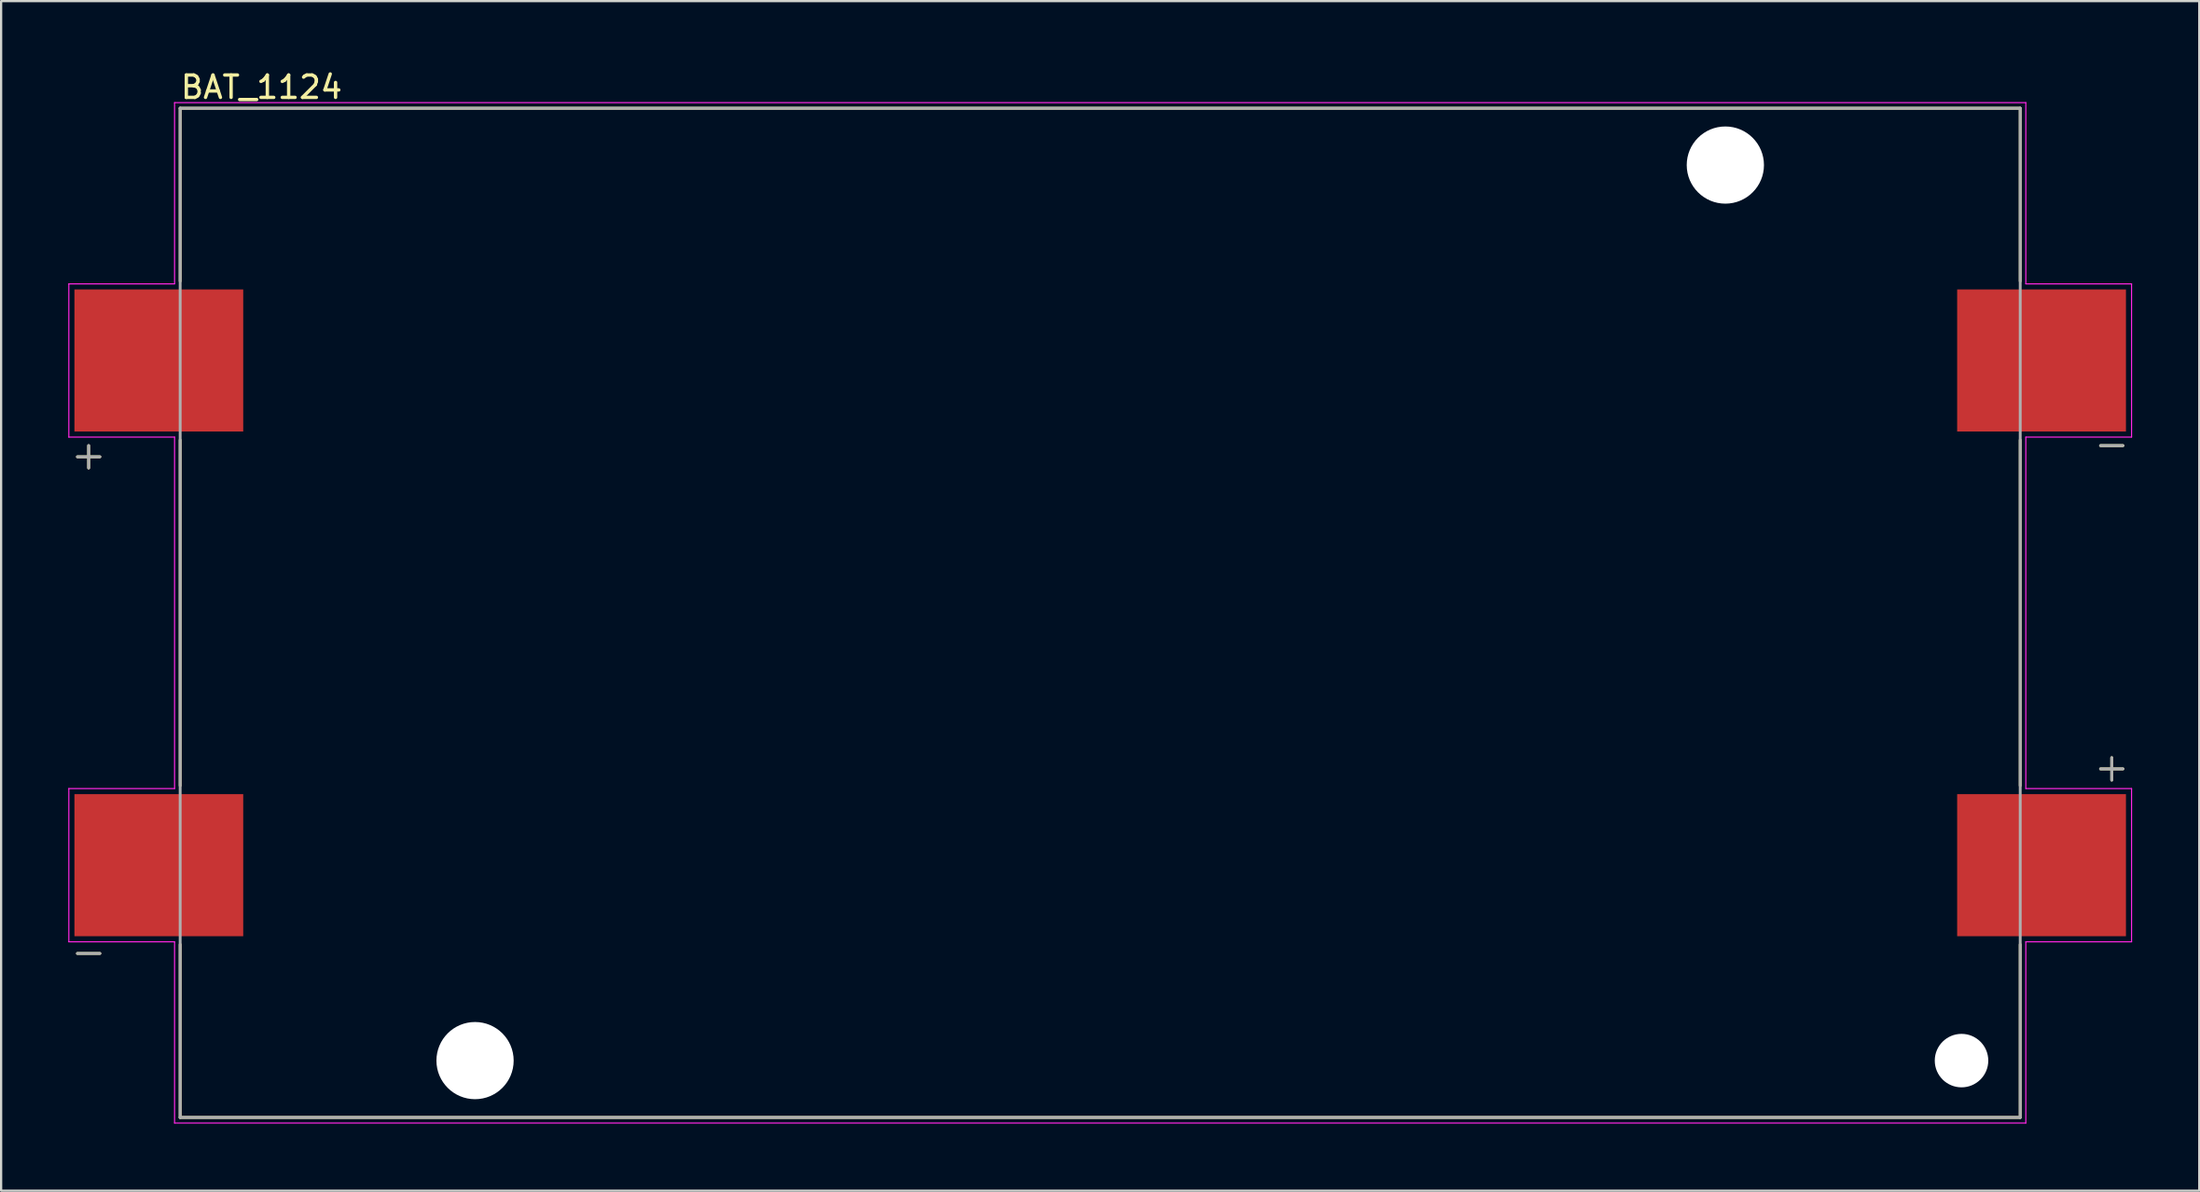
<source format=kicad_pcb>
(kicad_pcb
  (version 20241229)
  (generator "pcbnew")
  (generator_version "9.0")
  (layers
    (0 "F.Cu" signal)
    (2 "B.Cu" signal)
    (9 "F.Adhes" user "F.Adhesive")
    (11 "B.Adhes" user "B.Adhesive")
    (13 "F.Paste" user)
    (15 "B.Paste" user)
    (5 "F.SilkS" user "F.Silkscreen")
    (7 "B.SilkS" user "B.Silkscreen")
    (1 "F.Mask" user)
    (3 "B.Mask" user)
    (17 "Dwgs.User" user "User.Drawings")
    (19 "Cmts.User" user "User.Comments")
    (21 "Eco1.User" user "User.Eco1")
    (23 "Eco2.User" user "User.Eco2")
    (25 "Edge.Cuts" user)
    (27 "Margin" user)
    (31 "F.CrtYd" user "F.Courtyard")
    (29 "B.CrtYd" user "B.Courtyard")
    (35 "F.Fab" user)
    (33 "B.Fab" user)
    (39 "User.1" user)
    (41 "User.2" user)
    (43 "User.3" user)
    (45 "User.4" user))
  (footprint "BAT_1124"
    (layer "F.Cu")
    (at 46.095 24.343)
    (property "Reference" "BAT_1124" (at -37.465 -23.495 0) (layer "F.SilkS") (effects (font (size 1 1) (thickness 0.15))))
    (attr smd)
    (fp_line (start -45.685 -6.975) (end -44.685 -6.975) (stroke (width 0.127) (type solid)) (layer "F.SilkS"))
    (fp_line (start -45.685 15.225) (end -44.685 15.225) (stroke (width 0.127) (type solid)) (layer "F.SilkS"))
    (fp_line (start -45.185 -7.475) (end -45.185 -6.475) (stroke (width 0.127) (type solid)) (layer "F.SilkS"))
    (fp_line (start -41.097 -22.555) (end 41.097 -22.555) (stroke (width 0.127) (type solid)) (layer "F.SilkS"))
    (fp_line (start -41.097 -14.825) (end -41.097 -22.555) (stroke (width 0.127) (type solid)) (layer "F.SilkS"))
    (fp_line (start -41.097 7.725) (end -41.097 -7.725) (stroke (width 0.127) (type solid)) (layer "F.SilkS"))
    (fp_line (start -41.097 22.555) (end -41.097 14.825) (stroke (width 0.127) (type solid)) (layer "F.SilkS"))
    (fp_line (start 41.097 -22.555) (end 41.097 -14.825) (stroke (width 0.127) (type solid)) (layer "F.SilkS"))
    (fp_line (start 41.097 -7.725) (end 41.097 7.725) (stroke (width 0.127) (type solid)) (layer "F.SilkS"))
    (fp_line (start 41.097 14.825) (end 41.097 22.555) (stroke (width 0.127) (type solid)) (layer "F.SilkS"))
    (fp_line (start 41.097 22.555) (end -41.097 22.555) (stroke (width 0.127) (type solid)) (layer "F.SilkS"))
    (fp_line (start 44.685 -7.475) (end 45.685 -7.475) (stroke (width 0.127) (type solid)) (layer "F.SilkS"))
    (fp_line (start 44.685 6.975) (end 45.685 6.975) (stroke (width 0.127) (type solid)) (layer "F.SilkS"))
    (fp_line (start 45.185 6.475) (end 45.185 7.475) (stroke (width 0.127) (type solid)) (layer "F.SilkS"))
    (fp_line (start -46.07 -14.705) (end -41.347 -14.705) (stroke (width 0.05) (type solid)) (layer "F.CrtYd"))
    (fp_line (start -46.07 -7.855) (end -46.07 -14.705) (stroke (width 0.05) (type solid)) (layer "F.CrtYd"))
    (fp_line (start -46.07 7.855) (end -41.347 7.855) (stroke (width 0.05) (type solid)) (layer "F.CrtYd"))
    (fp_line (start -46.07 14.705) (end -46.07 7.855) (stroke (width 0.05) (type solid)) (layer "F.CrtYd"))
    (fp_line (start -41.347 -22.805) (end 41.347 -22.805) (stroke (width 0.05) (type solid)) (layer "F.CrtYd"))
    (fp_line (start -41.347 -14.705) (end -41.347 -22.805) (stroke (width 0.05) (type solid)) (layer "F.CrtYd"))
    (fp_line (start -41.347 -7.855) (end -46.07 -7.855) (stroke (width 0.05) (type solid)) (layer "F.CrtYd"))
    (fp_line (start -41.347 7.855) (end -41.347 -7.855) (stroke (width 0.05) (type solid)) (layer "F.CrtYd"))
    (fp_line (start -41.347 14.705) (end -46.07 14.705) (stroke (width 0.05) (type solid)) (layer "F.CrtYd"))
    (fp_line (start -41.347 22.805) (end -41.347 14.705) (stroke (width 0.05) (type solid)) (layer "F.CrtYd"))
    (fp_line (start 41.347 -22.805) (end 41.347 -14.705) (stroke (width 0.05) (type solid)) (layer "F.CrtYd"))
    (fp_line (start 41.347 -14.705) (end 46.07 -14.705) (stroke (width 0.05) (type solid)) (layer "F.CrtYd"))
    (fp_line (start 41.347 -7.855) (end 41.347 7.855) (stroke (width 0.05) (type solid)) (layer "F.CrtYd"))
    (fp_line (start 41.347 7.855) (end 46.07 7.855) (stroke (width 0.05) (type solid)) (layer "F.CrtYd"))
    (fp_line (start 41.347 14.705) (end 41.347 22.805) (stroke (width 0.05) (type solid)) (layer "F.CrtYd"))
    (fp_line (start 41.347 22.805) (end -41.347 22.805) (stroke (width 0.05) (type solid)) (layer "F.CrtYd"))
    (fp_line (start 46.07 -14.705) (end 46.07 -7.855) (stroke (width 0.05) (type solid)) (layer "F.CrtYd"))
    (fp_line (start 46.07 -7.855) (end 41.347 -7.855) (stroke (width 0.05) (type solid)) (layer "F.CrtYd"))
    (fp_line (start 46.07 7.855) (end 46.07 14.705) (stroke (width 0.05) (type solid)) (layer "F.CrtYd"))
    (fp_line (start 46.07 14.705) (end 41.347 14.705) (stroke (width 0.05) (type solid)) (layer "F.CrtYd"))
    (fp_line (start -45.685 -6.975) (end -44.685 -6.975) (stroke (width 0.127) (type solid)) (layer "F.Fab"))
    (fp_line (start -45.685 15.225) (end -44.685 15.225) (stroke (width 0.127) (type solid)) (layer "F.Fab"))
    (fp_line (start -45.185 -7.475) (end -45.185 -6.475) (stroke (width 0.127) (type solid)) (layer "F.Fab"))
    (fp_line (start -41.097 -22.555) (end 41.097 -22.555) (stroke (width 0.127) (type solid)) (layer "F.Fab"))
    (fp_line (start -41.097 22.555) (end -41.097 -22.555) (stroke (width 0.127) (type solid)) (layer "F.Fab"))
    (fp_line (start 41.097 -22.555) (end 41.097 22.555) (stroke (width 0.127) (type solid)) (layer "F.Fab"))
    (fp_line (start 41.097 22.555) (end -41.097 22.555) (stroke (width 0.127) (type solid)) (layer "F.Fab"))
    (fp_line (start 44.685 -7.475) (end 45.685 -7.475) (stroke (width 0.127) (type solid)) (layer "F.Fab"))
    (fp_line (start 44.685 6.975) (end 45.685 6.975) (stroke (width 0.127) (type solid)) (layer "F.Fab"))
    (fp_line (start 45.185 6.475) (end 45.185 7.475) (stroke (width 0.127) (type solid)) (layer "F.Fab"))
    (pad "" np_thru_hole circle (at -27.925 20.015) (size 3.45 3.45) (drill 3.45) (layers "*.Cu" "*.Mask"))
    (pad "" np_thru_hole circle (at 27.925 -20.015) (size 3.45 3.45) (drill 3.45) (layers "*.Cu" "*.Mask"))
    (pad "" np_thru_hole circle (at 38.475 20.015) (size 2.39 2.39) (drill 2.39) (layers "*.Cu" "*.Mask"))
    (pad "N1" smd rect (at 42.05 -11.28) (size 7.54 6.35) (layers "F.Cu" "F.Mask" "F.Paste"))
    (pad "N2" smd rect (at -42.05 11.28) (size 7.54 6.35) (layers "F.Cu" "F.Mask" "F.Paste"))
    (pad "P1" smd rect (at -42.05 -11.28) (size 7.54 6.35) (layers "F.Cu" "F.Mask" "F.Paste"))
    (pad "P2" smd rect (at 42.05 11.28) (size 7.54 6.35) (layers "F.Cu" "F.Mask" "F.Paste")))
  (gr_rect
    (start -3 -3)
    (end 95.19 50.173)
    (stroke (width 0.1) (type default))
    (fill no)
    (layer "Edge.Cuts")))
</source>
